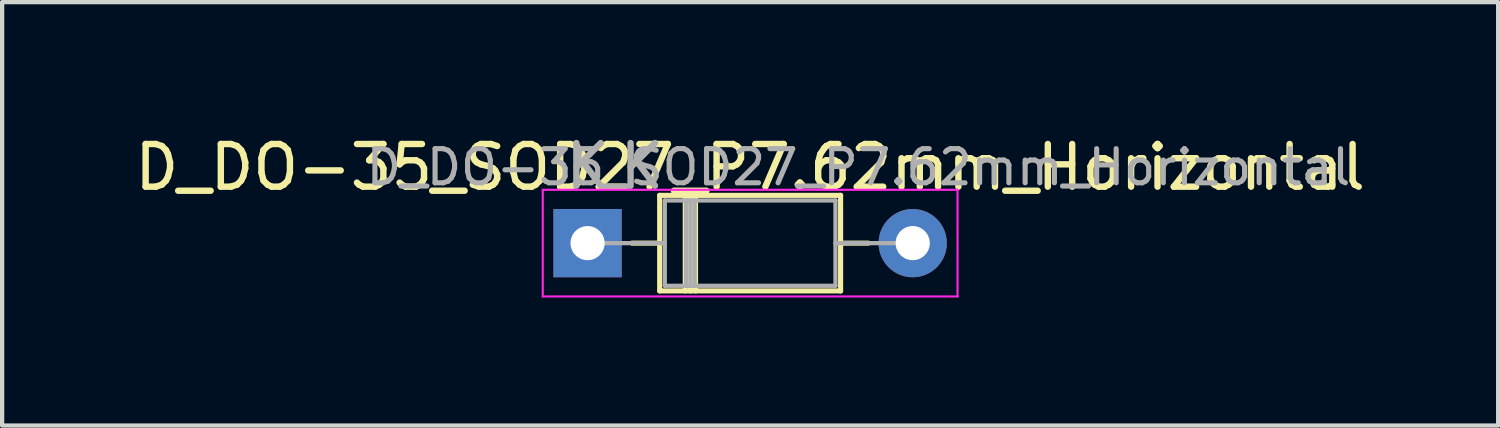
<source format=kicad_pcb>
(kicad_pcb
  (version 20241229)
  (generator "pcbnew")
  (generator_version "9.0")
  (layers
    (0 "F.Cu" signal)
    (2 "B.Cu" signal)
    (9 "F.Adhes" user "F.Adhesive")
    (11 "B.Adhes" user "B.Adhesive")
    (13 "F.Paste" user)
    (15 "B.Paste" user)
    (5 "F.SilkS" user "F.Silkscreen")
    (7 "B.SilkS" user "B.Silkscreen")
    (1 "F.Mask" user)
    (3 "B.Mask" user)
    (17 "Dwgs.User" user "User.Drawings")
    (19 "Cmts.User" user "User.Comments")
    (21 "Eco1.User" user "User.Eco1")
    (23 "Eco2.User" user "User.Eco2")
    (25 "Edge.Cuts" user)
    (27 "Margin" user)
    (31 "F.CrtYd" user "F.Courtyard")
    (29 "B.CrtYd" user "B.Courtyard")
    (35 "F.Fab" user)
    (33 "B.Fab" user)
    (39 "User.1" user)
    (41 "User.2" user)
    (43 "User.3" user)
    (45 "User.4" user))
  (footprint "D_DO-35_SOD27_P7.62mm_Horizontal"
    (layer "F.Cu")
    (at 14.53 2.648)
    (property "Reference" "D_DO-35_SOD27_P7.62mm_Horizontal" (at 0 -1.778 0) (layer "F.SilkS") (effects (font (size 1 1) (thickness 0.15))))
    (attr through_hole)
    (fp_line (start -2.77 0) (end -2.12 0) (stroke (width 0.12) (type solid)) (layer "F.SilkS"))
    (fp_line (start -2.12 -1.12) (end -2.12 1.12) (stroke (width 0.12) (type solid)) (layer "F.SilkS"))
    (fp_line (start -2.12 1.12) (end 2.12 1.12) (stroke (width 0.12) (type solid)) (layer "F.SilkS"))
    (fp_line (start -1.52 -1.12) (end -1.52 1.12) (stroke (width 0.12) (type solid)) (layer "F.SilkS"))
    (fp_line (start -1.4 -1.12) (end -1.4 1.12) (stroke (width 0.12) (type solid)) (layer "F.SilkS"))
    (fp_line (start -1.28 -1.12) (end -1.28 1.12) (stroke (width 0.12) (type solid)) (layer "F.SilkS"))
    (fp_line (start 2.12 -1.12) (end -2.12 -1.12) (stroke (width 0.12) (type solid)) (layer "F.SilkS"))
    (fp_line (start 2.12 1.12) (end 2.12 -1.12) (stroke (width 0.12) (type solid)) (layer "F.SilkS"))
    (fp_line (start 2.77 0) (end 2.12 0) (stroke (width 0.12) (type solid)) (layer "F.SilkS"))
    (fp_line (start -4.86 -1.25) (end -4.86 1.25) (stroke (width 0.05) (type solid)) (layer "F.CrtYd"))
    (fp_line (start -4.86 1.25) (end 4.86 1.25) (stroke (width 0.05) (type solid)) (layer "F.CrtYd"))
    (fp_line (start 4.86 -1.25) (end -4.86 -1.25) (stroke (width 0.05) (type solid)) (layer "F.CrtYd"))
    (fp_line (start 4.86 1.25) (end 4.86 -1.25) (stroke (width 0.05) (type solid)) (layer "F.CrtYd"))
    (fp_line (start -3.81 0) (end -2 0) (stroke (width 0.1) (type solid)) (layer "F.Fab"))
    (fp_line (start -2 -1) (end -2 1) (stroke (width 0.1) (type solid)) (layer "F.Fab"))
    (fp_line (start -2 1) (end 2 1) (stroke (width 0.1) (type solid)) (layer "F.Fab"))
    (fp_line (start -1.5 -1) (end -1.5 1) (stroke (width 0.1) (type solid)) (layer "F.Fab"))
    (fp_line (start -1.4 -1) (end -1.4 1) (stroke (width 0.1) (type solid)) (layer "F.Fab"))
    (fp_line (start -1.3 -1) (end -1.3 1) (stroke (width 0.1) (type solid)) (layer "F.Fab"))
    (fp_line (start 2 -1) (end -2 -1) (stroke (width 0.1) (type solid)) (layer "F.Fab"))
    (fp_line (start 2 1) (end 2 -1) (stroke (width 0.1) (type solid)) (layer "F.Fab"))
    (fp_line (start 3.81 0) (end 2 0) (stroke (width 0.1) (type solid)) (layer "F.Fab"))
    (fp_text user "${REFERENCE}" (at 2.54 -1.778 0) (layer "F.Fab") (effects (font (size 0.8 0.8) (thickness 0.12))))
    (fp_text user "K" (at -2.54 -1.8 0) (layer "F.Fab") (effects (font (size 1 1) (thickness 0.15))))
    (fp_text user "K" (at -3.81 -1.8 0) (layer "F.Fab") (effects (font (size 1 1) (thickness 0.15))))
    (pad "1" thru_hole rect (at -3.81 0) (size 1.6 1.6) (drill 0.8) (layers "*.Cu" "*.Mask"))
    (pad "2" thru_hole oval (at 3.81 0) (size 1.6 1.6) (drill 0.8) (layers "*.Cu" "*.Mask")))
  (gr_rect
    (start -3 -3)
    (end 32.06 6.923)
    (stroke (width 0.1) (type default))
    (fill no)
    (layer "Edge.Cuts")))
</source>
